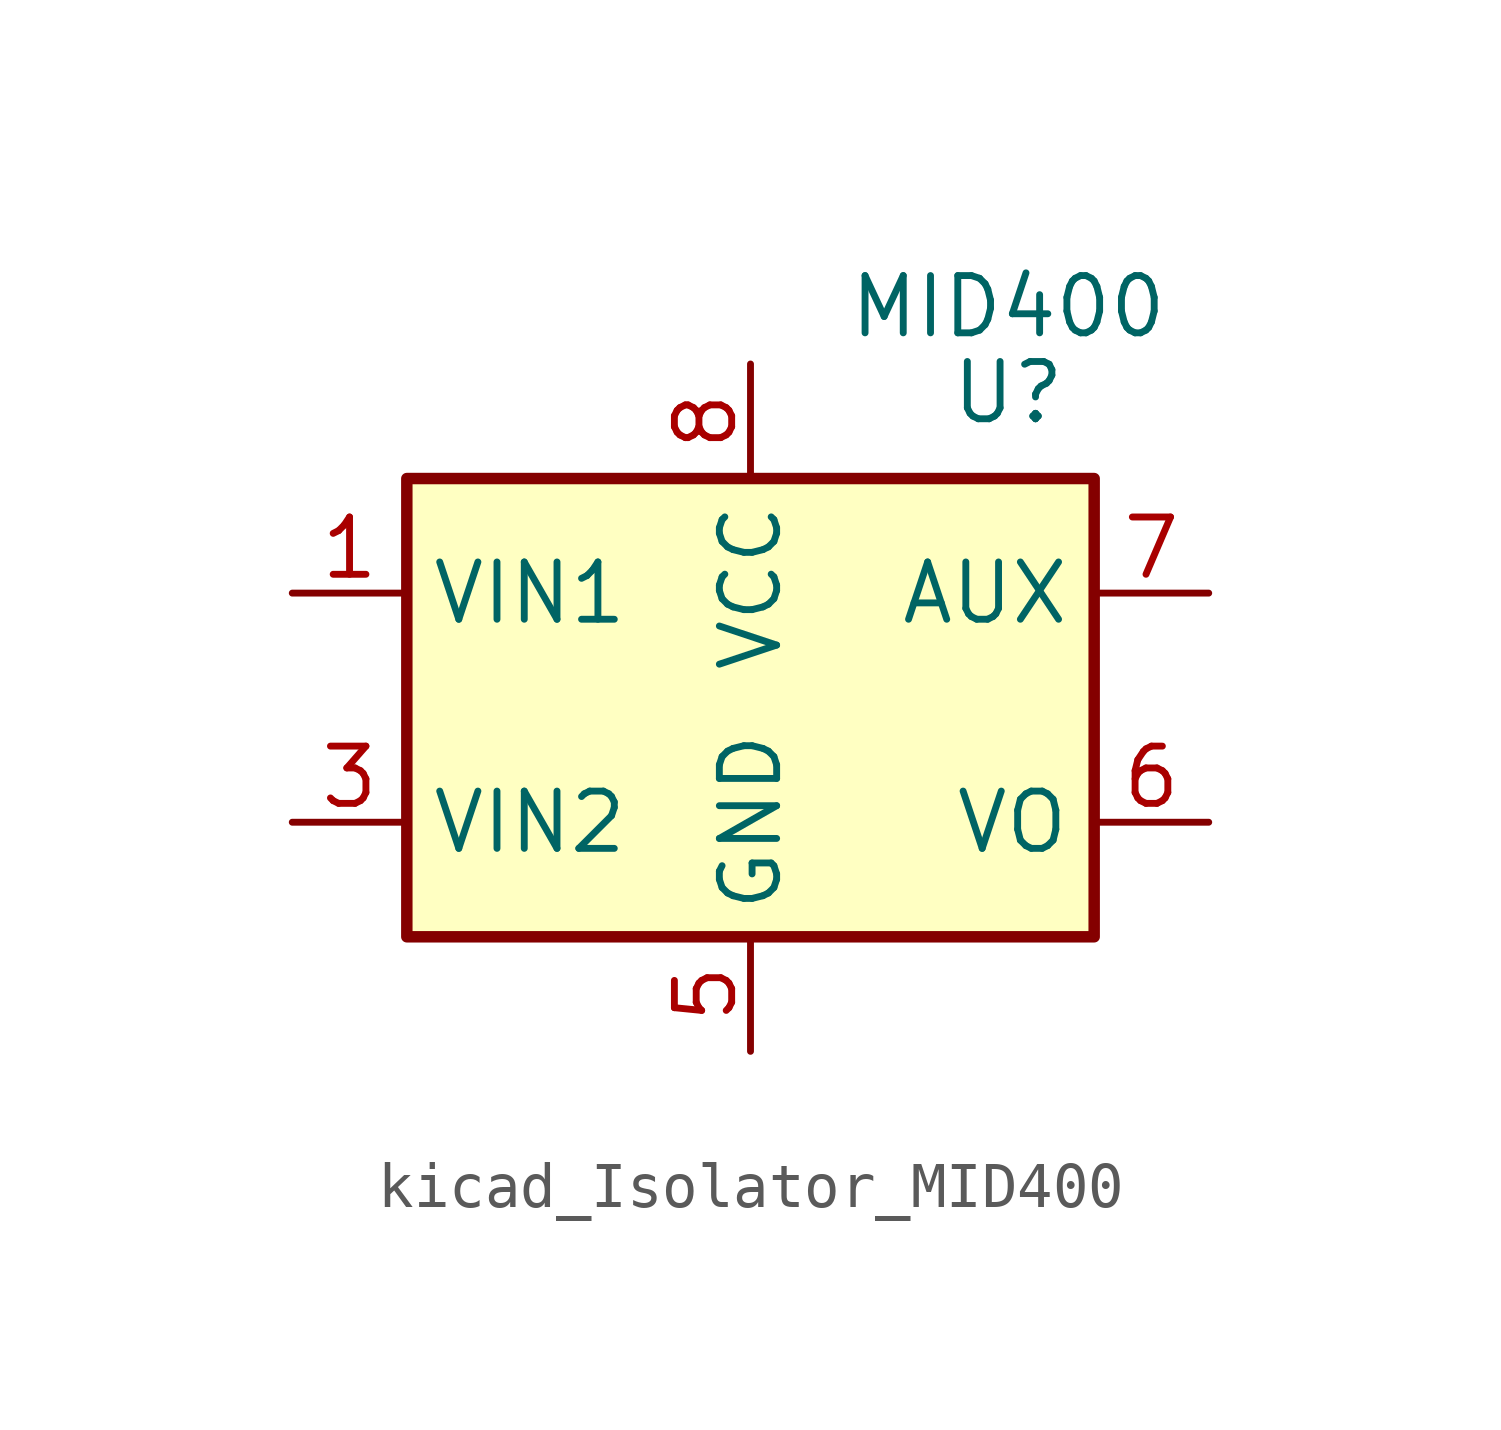
<source format=kicad_sym>
(kicad_symbol_lib
  (version 20220914)
  (generator kicad_symbol_editor)
  (symbol "kicad_Isolator_MID400"
    (property "Reference" "U"
      (at 5.715 6.985 0)
      (effects (font (size 1.27 1.27))))
    (property "Value" "MID400"
      (at 5.715 8.89 0)
      (effects (font (size 1.27 1.27))))
    (symbol "kicad_Isolator_MID400_0_1"
      (rectangle (start -7.62 5.08) (end 7.62 -5.08) (stroke (width 0.254) (type default)) (fill (type background))))
    (symbol "kicad_Isolator_MID400_1_1"
      (pin input line (at -10.16 2.54 0) (length 2.54) (name "VIN1" (effects (font (size 1.27 1.27)))) (number "1" (effects (font (size 1.27 1.27)))))
      (pin no_connect line (at -7.62 0 0) (length 2.54) hide (name "NC" (effects (font (size 1.27 1.27)))) (number "2" (effects (font (size 1.27 1.27)))))
      (pin input line (at -10.16 -2.54 0) (length 2.54) (name "VIN2" (effects (font (size 1.27 1.27)))) (number "3" (effects (font (size 1.27 1.27)))))
      (pin no_connect line (at 7.62 0 180) (length 2.54) hide (name "NC" (effects (font (size 1.27 1.27)))) (number "4" (effects (font (size 1.27 1.27)))))
      (pin power_in line (at 0 -7.62 90) (length 2.54) (name "GND" (effects (font (size 1.27 1.27)))) (number "5" (effects (font (size 1.27 1.27)))))
      (pin open_collector line (at 10.16 -2.54 180) (length 2.54) (name "VO" (effects (font (size 1.27 1.27)))) (number "6" (effects (font (size 1.27 1.27)))))
      (pin passive line (at 10.16 2.54 180) (length 2.54) (name "AUX" (effects (font (size 1.27 1.27)))) (number "7" (effects (font (size 1.27 1.27)))))
      (pin power_in line (at 0 7.62 270) (length 2.54) (name "VCC" (effects (font (size 1.27 1.27)))) (number "8" (effects (font (size 1.27 1.27))))))))
</source>
